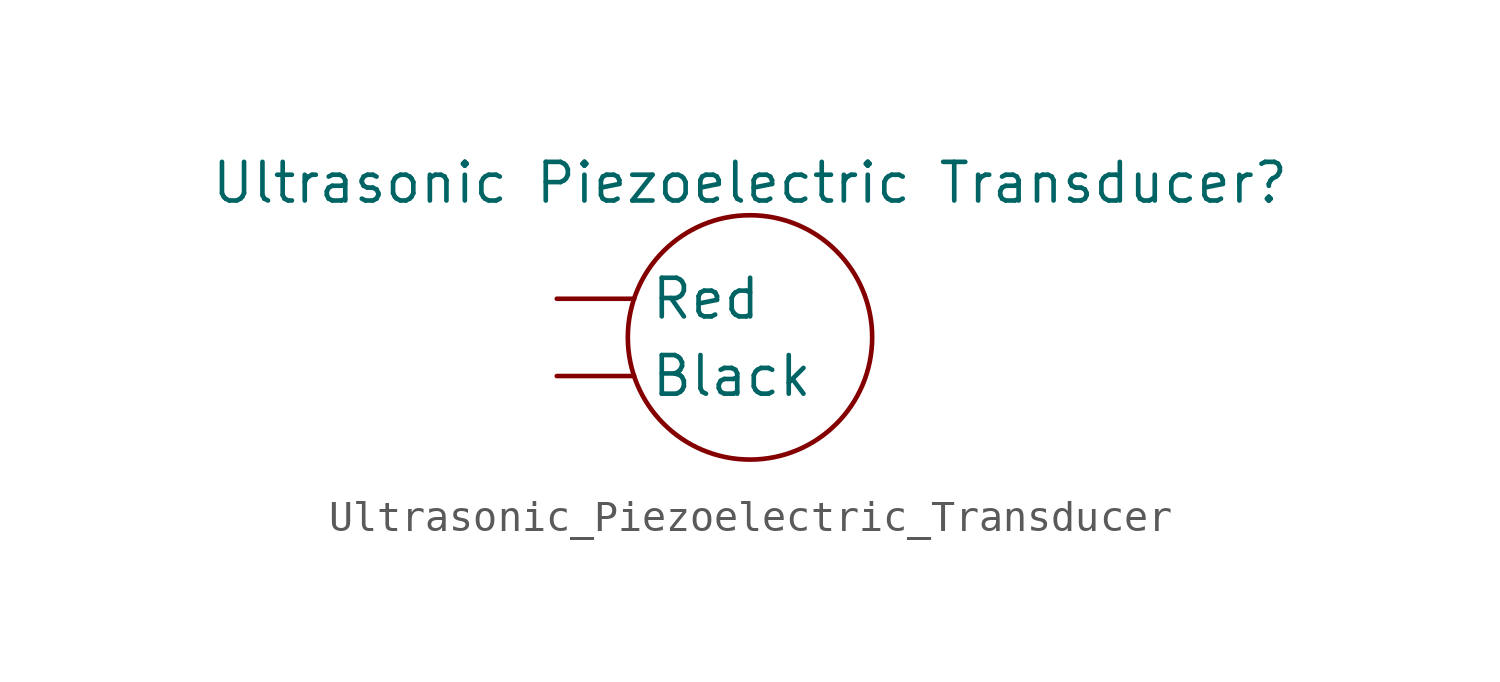
<source format=kicad_sym>
(kicad_symbol_lib
  (version 20231120)
  (generator "kicad_symbol_editor")
  (generator_version "8.0")
  (symbol "Ultrasonic_Piezoelectric_Transducer"
    (property "Reference" "Ultrasonic Piezoelectric Transducer"
      (at 0 0 0)
      (effects (font (size 1.27 1.27))))
    (property "Value" ""
      (at 0 0 0)
      (effects (font (size 1.27 1.27))))
    (symbol "Ultrasonic_Piezoelectric_Transducer_1_1"
      (circle (center 0 -5.08) (radius 4.016) (stroke (width 0) (type default)) (fill (type none)))
      (pin input line (at -6.35 -6.35 0) (length 2.54) (name "Black" (effects (font (size 1.27 1.27)))) (number "" (effects (font (size 1.27 1.27)))))
      (pin input line (at -6.35 -3.81 0) (length 2.54) (name "Red" (effects (font (size 1.27 1.27)))) (number "" (effects (font (size 1.27 1.27))))))))
</source>
